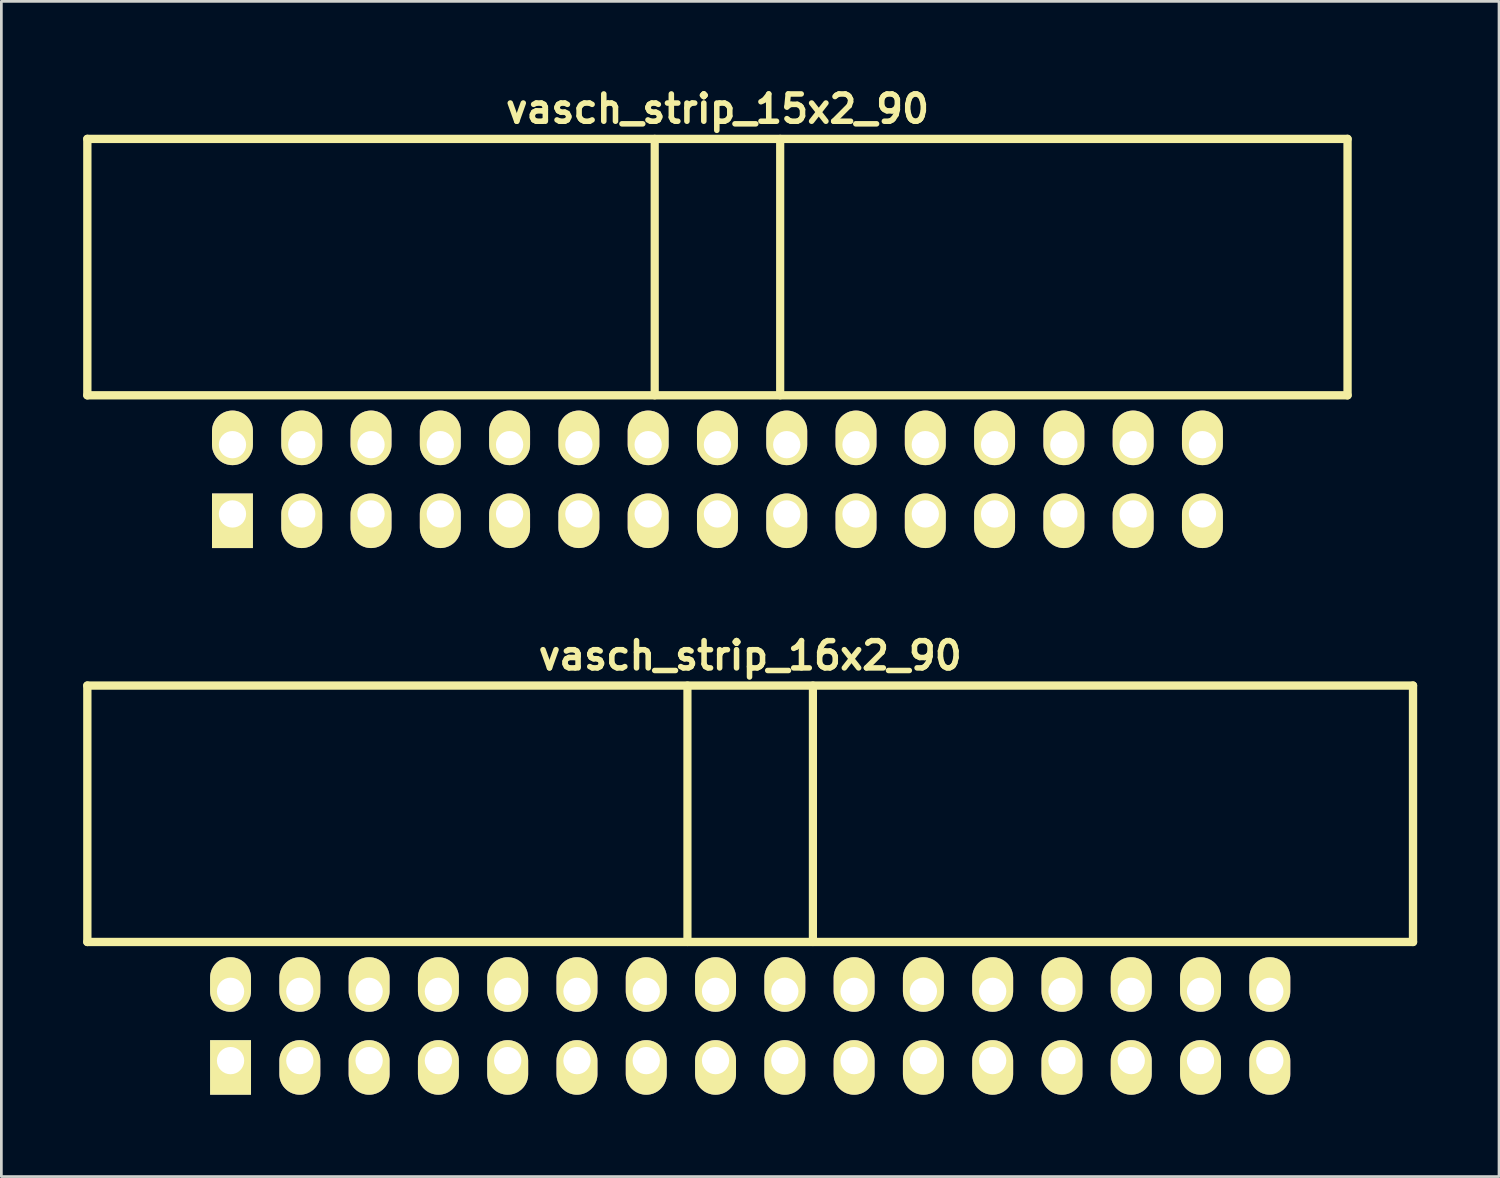
<source format=kicad_pcb>
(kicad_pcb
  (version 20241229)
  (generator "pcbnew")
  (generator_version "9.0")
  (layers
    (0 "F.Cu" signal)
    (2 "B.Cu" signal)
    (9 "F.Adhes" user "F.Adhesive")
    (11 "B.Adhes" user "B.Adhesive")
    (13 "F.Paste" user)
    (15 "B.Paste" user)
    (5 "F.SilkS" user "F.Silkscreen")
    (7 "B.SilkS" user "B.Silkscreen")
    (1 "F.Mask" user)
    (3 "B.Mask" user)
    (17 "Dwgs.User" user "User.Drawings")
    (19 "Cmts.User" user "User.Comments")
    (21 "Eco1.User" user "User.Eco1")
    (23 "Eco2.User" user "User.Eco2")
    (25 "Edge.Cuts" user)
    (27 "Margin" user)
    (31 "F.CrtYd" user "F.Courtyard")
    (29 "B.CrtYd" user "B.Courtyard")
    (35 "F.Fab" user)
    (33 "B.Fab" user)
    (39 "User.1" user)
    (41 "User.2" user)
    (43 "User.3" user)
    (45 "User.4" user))
  (footprint "vasch_strip_16x2_90"
    (layer "F.Cu")
    (at 24.452 29.483)
    (property "Reference" "vasch_strip_16x2_90" (at 0 -8.5 0) (layer "F.SilkS") (effects (font (size 1 1) (thickness 0.203))))
    (attr through_hole)
    (fp_line (start -24.3 -7.4) (end -24.3 2) (stroke (width 0.305) (type solid)) (layer "F.SilkS"))
    (fp_line (start -24.3 2) (end 24.3 2) (stroke (width 0.305) (type solid)) (layer "F.SilkS"))
    (fp_line (start -2.3 -7.4) (end -2.3 2) (stroke (width 0.3) (type solid)) (layer "F.SilkS"))
    (fp_line (start 2.3 -7.4) (end 2.3 2) (stroke (width 0.3) (type solid)) (layer "F.SilkS"))
    (fp_line (start 24.3 -7.4) (end -24.3 -7.4) (stroke (width 0.305) (type solid)) (layer "F.SilkS"))
    (fp_line (start 24.3 -7.4) (end 24.3 2) (stroke (width 0.305) (type solid)) (layer "F.SilkS"))
    (pad "1" thru_hole rect (at -19.05 6.35) (size 1.5 2) (drill 1 (offset 0 0.25)) (layers "*.Cu" "*.Mask" "F.SilkS"))
    (pad "2" thru_hole oval (at -19.05 3.81) (size 1.5 2) (drill 1 (offset 0 -0.25)) (layers "*.Cu" "*.Mask" "F.SilkS"))
    (pad "3" thru_hole oval (at -16.51 6.35) (size 1.5 2) (drill 1 (offset 0 0.25)) (layers "*.Cu" "*.Mask" "F.SilkS"))
    (pad "4" thru_hole oval (at -16.51 3.81) (size 1.5 2) (drill 1 (offset 0 -0.25)) (layers "*.Cu" "*.Mask" "F.SilkS"))
    (pad "5" thru_hole oval (at -13.97 6.35) (size 1.5 2) (drill 1 (offset 0 0.25)) (layers "*.Cu" "*.Mask" "F.SilkS"))
    (pad "6" thru_hole oval (at -13.97 3.81) (size 1.5 2) (drill 1 (offset 0 -0.25)) (layers "*.Cu" "*.Mask" "F.SilkS"))
    (pad "7" thru_hole oval (at -11.43 6.35) (size 1.5 2) (drill 1 (offset 0 0.25)) (layers "*.Cu" "*.Mask" "F.SilkS"))
    (pad "8" thru_hole oval (at -11.43 3.81) (size 1.5 2) (drill 1 (offset 0 -0.25)) (layers "*.Cu" "*.Mask" "F.SilkS"))
    (pad "9" thru_hole oval (at -8.89 6.35) (size 1.5 2) (drill 1 (offset 0 0.25)) (layers "*.Cu" "*.Mask" "F.SilkS"))
    (pad "10" thru_hole oval (at -8.89 3.81) (size 1.5 2) (drill 1 (offset 0 -0.25)) (layers "*.Cu" "*.Mask" "F.SilkS"))
    (pad "11" thru_hole oval (at -6.35 6.35) (size 1.5 2) (drill 1 (offset 0 0.25)) (layers "*.Cu" "*.Mask" "F.SilkS"))
    (pad "12" thru_hole oval (at -6.35 3.81) (size 1.5 2) (drill 1 (offset 0 -0.25)) (layers "*.Cu" "*.Mask" "F.SilkS"))
    (pad "13" thru_hole oval (at -3.81 6.35) (size 1.5 2) (drill 1 (offset 0 0.25)) (layers "*.Cu" "*.Mask" "F.SilkS"))
    (pad "14" thru_hole oval (at -3.81 3.81) (size 1.5 2) (drill 1 (offset 0 -0.25)) (layers "*.Cu" "*.Mask" "F.SilkS"))
    (pad "15" thru_hole oval (at -1.27 6.35) (size 1.5 2) (drill 1 (offset 0 0.25)) (layers "*.Cu" "*.Mask" "F.SilkS"))
    (pad "16" thru_hole oval (at -1.27 3.81) (size 1.5 2) (drill 1 (offset 0 -0.25)) (layers "*.Cu" "*.Mask" "F.SilkS"))
    (pad "17" thru_hole oval (at 1.27 6.35) (size 1.5 2) (drill 1 (offset 0 0.25)) (layers "*.Cu" "*.Mask" "F.SilkS"))
    (pad "18" thru_hole oval (at 1.27 3.81) (size 1.5 2) (drill 1 (offset 0 -0.25)) (layers "*.Cu" "*.Mask" "F.SilkS"))
    (pad "19" thru_hole oval (at 3.81 6.35) (size 1.5 2) (drill 1 (offset 0 0.25)) (layers "*.Cu" "*.Mask" "F.SilkS"))
    (pad "20" thru_hole oval (at 3.81 3.81) (size 1.5 2) (drill 1 (offset 0 -0.25)) (layers "*.Cu" "*.Mask" "F.SilkS"))
    (pad "21" thru_hole oval (at 6.35 6.35) (size 1.5 2) (drill 1 (offset 0 0.25)) (layers "*.Cu" "*.Mask" "F.SilkS"))
    (pad "22" thru_hole oval (at 6.35 3.81) (size 1.5 2) (drill 1 (offset 0 -0.25)) (layers "*.Cu" "*.Mask" "F.SilkS"))
    (pad "23" thru_hole oval (at 8.89 6.35) (size 1.5 2) (drill 1 (offset 0 0.25)) (layers "*.Cu" "*.Mask" "F.SilkS"))
    (pad "24" thru_hole oval (at 8.89 3.81) (size 1.5 2) (drill 1 (offset 0 -0.25)) (layers "*.Cu" "*.Mask" "F.SilkS"))
    (pad "25" thru_hole oval (at 11.43 6.35) (size 1.5 2) (drill 1 (offset 0 0.25)) (layers "*.Cu" "*.Mask" "F.SilkS"))
    (pad "26" thru_hole oval (at 11.43 3.81) (size 1.5 2) (drill 1 (offset 0 -0.25)) (layers "*.Cu" "*.Mask" "F.SilkS"))
    (pad "27" thru_hole oval (at 13.97 6.35) (size 1.5 2) (drill 1 (offset 0 0.25)) (layers "*.Cu" "*.Mask" "F.SilkS"))
    (pad "28" thru_hole oval (at 13.97 3.81) (size 1.5 2) (drill 1 (offset 0 -0.25)) (layers "*.Cu" "*.Mask" "F.SilkS"))
    (pad "29" thru_hole oval (at 16.51 6.35) (size 1.5 2) (drill 1 (offset 0 0.25)) (layers "*.Cu" "*.Mask" "F.SilkS"))
    (pad "30" thru_hole oval (at 16.51 3.81) (size 1.5 2) (drill 1 (offset 0 -0.25)) (layers "*.Cu" "*.Mask" "F.SilkS"))
    (pad "31" thru_hole oval (at 19.05 6.35) (size 1.5 2) (drill 1 (offset 0 0.25)) (layers "*.Cu" "*.Mask" "F.SilkS"))
    (pad "32" thru_hole oval (at 19.05 3.81) (size 1.5 2) (drill 1 (offset 0 -0.25)) (layers "*.Cu" "*.Mask" "F.SilkS")))
  (footprint "vasch_strip_15x2_90"
    (layer "F.Cu")
    (at 23.252 9.442)
    (property "Reference" "vasch_strip_15x2_90" (at 0 -8.5 0) (layer "F.SilkS") (effects (font (size 1 1) (thickness 0.203))))
    (attr through_hole)
    (fp_line (start -23.1 -7.4) (end -23.1 2) (stroke (width 0.305) (type solid)) (layer "F.SilkS"))
    (fp_line (start -23.1 2) (end 23.1 2) (stroke (width 0.305) (type solid)) (layer "F.SilkS"))
    (fp_line (start -2.3 -7.4) (end -2.3 2) (stroke (width 0.3) (type solid)) (layer "F.SilkS"))
    (fp_line (start 2.3 -7.4) (end 2.3 2) (stroke (width 0.3) (type solid)) (layer "F.SilkS"))
    (fp_line (start 23.1 -7.4) (end -23.1 -7.4) (stroke (width 0.305) (type solid)) (layer "F.SilkS"))
    (fp_line (start 23.1 -7.4) (end 23.1 2) (stroke (width 0.305) (type solid)) (layer "F.SilkS"))
    (pad "1" thru_hole rect (at -17.78 6.35) (size 1.5 2) (drill 1 (offset 0 0.25)) (layers "*.Cu" "*.Mask" "F.SilkS"))
    (pad "2" thru_hole oval (at -17.78 3.81) (size 1.5 2) (drill 1 (offset 0 -0.25)) (layers "*.Cu" "*.Mask" "F.SilkS"))
    (pad "3" thru_hole oval (at -15.24 6.35) (size 1.5 2) (drill 1 (offset 0 0.25)) (layers "*.Cu" "*.Mask" "F.SilkS"))
    (pad "4" thru_hole oval (at -15.24 3.81) (size 1.5 2) (drill 1 (offset 0 -0.25)) (layers "*.Cu" "*.Mask" "F.SilkS"))
    (pad "5" thru_hole oval (at -12.7 6.35) (size 1.5 2) (drill 1 (offset 0 0.25)) (layers "*.Cu" "*.Mask" "F.SilkS"))
    (pad "6" thru_hole oval (at -12.7 3.81) (size 1.5 2) (drill 1 (offset 0 -0.25)) (layers "*.Cu" "*.Mask" "F.SilkS"))
    (pad "7" thru_hole oval (at -10.16 6.35) (size 1.5 2) (drill 1 (offset 0 0.25)) (layers "*.Cu" "*.Mask" "F.SilkS"))
    (pad "8" thru_hole oval (at -10.16 3.81) (size 1.5 2) (drill 1 (offset 0 -0.25)) (layers "*.Cu" "*.Mask" "F.SilkS"))
    (pad "9" thru_hole oval (at -7.62 6.35) (size 1.5 2) (drill 1 (offset 0 0.25)) (layers "*.Cu" "*.Mask" "F.SilkS"))
    (pad "10" thru_hole oval (at -7.62 3.81) (size 1.5 2) (drill 1 (offset 0 -0.25)) (layers "*.Cu" "*.Mask" "F.SilkS"))
    (pad "11" thru_hole oval (at -5.08 6.35) (size 1.5 2) (drill 1 (offset 0 0.25)) (layers "*.Cu" "*.Mask" "F.SilkS"))
    (pad "12" thru_hole oval (at -5.08 3.81) (size 1.5 2) (drill 1 (offset 0 -0.25)) (layers "*.Cu" "*.Mask" "F.SilkS"))
    (pad "13" thru_hole oval (at -2.54 6.35) (size 1.5 2) (drill 1 (offset 0 0.25)) (layers "*.Cu" "*.Mask" "F.SilkS"))
    (pad "14" thru_hole oval (at -2.54 3.81) (size 1.5 2) (drill 1 (offset 0 -0.25)) (layers "*.Cu" "*.Mask" "F.SilkS"))
    (pad "15" thru_hole oval (at 0 6.35) (size 1.5 2) (drill 1 (offset 0 0.25)) (layers "*.Cu" "*.Mask" "F.SilkS"))
    (pad "16" thru_hole oval (at 0 3.81) (size 1.5 2) (drill 1 (offset 0 -0.25)) (layers "*.Cu" "*.Mask" "F.SilkS"))
    (pad "17" thru_hole oval (at 2.54 6.35) (size 1.5 2) (drill 1 (offset 0 0.25)) (layers "*.Cu" "*.Mask" "F.SilkS"))
    (pad "18" thru_hole oval (at 2.54 3.81) (size 1.5 2) (drill 1 (offset 0 -0.25)) (layers "*.Cu" "*.Mask" "F.SilkS"))
    (pad "19" thru_hole oval (at 5.08 6.35) (size 1.5 2) (drill 1 (offset 0 0.25)) (layers "*.Cu" "*.Mask" "F.SilkS"))
    (pad "20" thru_hole oval (at 5.08 3.81) (size 1.5 2) (drill 1 (offset 0 -0.25)) (layers "*.Cu" "*.Mask" "F.SilkS"))
    (pad "21" thru_hole oval (at 7.62 6.35) (size 1.5 2) (drill 1 (offset 0 0.25)) (layers "*.Cu" "*.Mask" "F.SilkS"))
    (pad "22" thru_hole oval (at 7.62 3.81) (size 1.5 2) (drill 1 (offset 0 -0.25)) (layers "*.Cu" "*.Mask" "F.SilkS"))
    (pad "23" thru_hole oval (at 10.16 6.35) (size 1.5 2) (drill 1 (offset 0 0.25)) (layers "*.Cu" "*.Mask" "F.SilkS"))
    (pad "24" thru_hole oval (at 10.16 3.81) (size 1.5 2) (drill 1 (offset 0 -0.25)) (layers "*.Cu" "*.Mask" "F.SilkS"))
    (pad "25" thru_hole oval (at 12.7 6.35) (size 1.5 2) (drill 1 (offset 0 0.25)) (layers "*.Cu" "*.Mask" "F.SilkS"))
    (pad "26" thru_hole oval (at 12.7 3.81) (size 1.5 2) (drill 1 (offset 0 -0.25)) (layers "*.Cu" "*.Mask" "F.SilkS"))
    (pad "27" thru_hole oval (at 15.24 6.35) (size 1.5 2) (drill 1 (offset 0 0.25)) (layers "*.Cu" "*.Mask" "F.SilkS"))
    (pad "28" thru_hole oval (at 15.24 3.81) (size 1.5 2) (drill 1 (offset 0 -0.25)) (layers "*.Cu" "*.Mask" "F.SilkS"))
    (pad "29" thru_hole oval (at 17.78 6.35) (size 1.5 2) (drill 1 (offset 0 0.25)) (layers "*.Cu" "*.Mask" "F.SilkS"))
    (pad "30" thru_hole oval (at 17.78 3.81) (size 1.5 2) (drill 1 (offset 0 -0.25)) (layers "*.Cu" "*.Mask" "F.SilkS")))
  (gr_rect
    (start -3 -3)
    (end 51.905 40.083)
    (stroke (width 0.1) (type default))
    (fill no)
    (layer "Edge.Cuts")))
</source>
